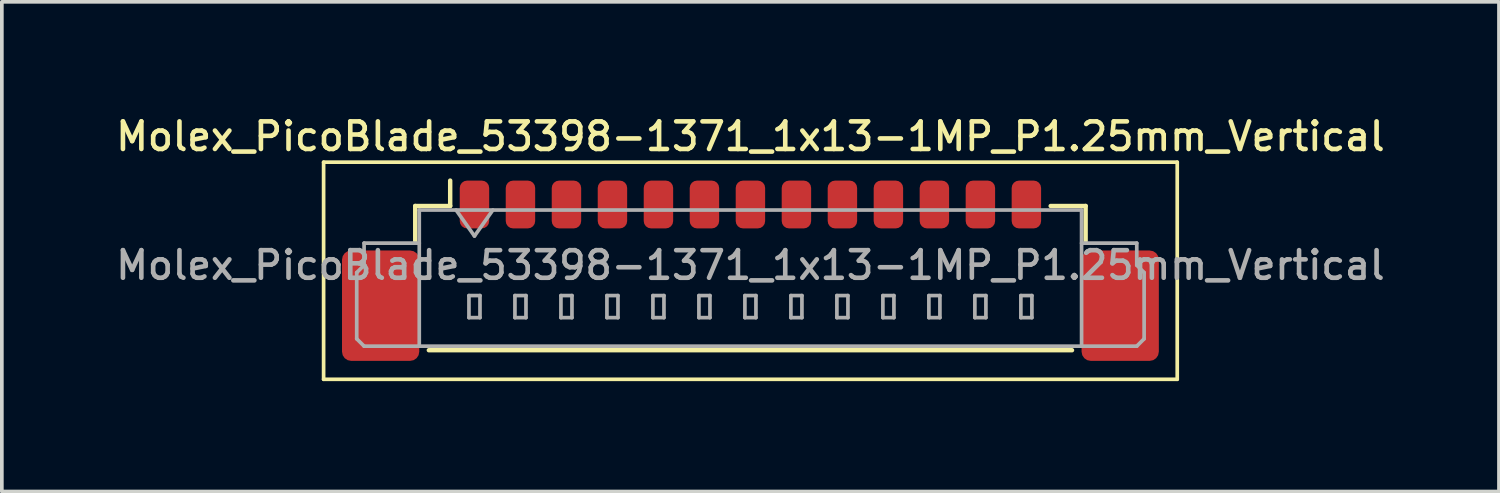
<source format=kicad_pcb>
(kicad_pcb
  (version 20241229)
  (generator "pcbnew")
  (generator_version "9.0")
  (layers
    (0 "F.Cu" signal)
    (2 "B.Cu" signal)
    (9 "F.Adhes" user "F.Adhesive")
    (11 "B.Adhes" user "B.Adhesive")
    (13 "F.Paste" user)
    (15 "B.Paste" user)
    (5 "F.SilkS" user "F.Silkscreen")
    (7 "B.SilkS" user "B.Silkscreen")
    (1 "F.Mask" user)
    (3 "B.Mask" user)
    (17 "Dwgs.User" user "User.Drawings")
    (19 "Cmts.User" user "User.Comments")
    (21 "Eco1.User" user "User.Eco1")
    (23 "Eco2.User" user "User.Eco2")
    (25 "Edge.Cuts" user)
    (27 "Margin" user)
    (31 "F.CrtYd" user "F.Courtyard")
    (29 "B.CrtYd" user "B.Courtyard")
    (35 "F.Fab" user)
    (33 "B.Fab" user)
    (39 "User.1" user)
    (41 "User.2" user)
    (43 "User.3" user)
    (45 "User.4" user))
  (footprint "Molex_PicoBlade_53398-1371_1x13-1MP_P1.25mm_Vertical"
    (layer "F.Cu")
    (at 17.345 3.758)
    (property "Reference" "Molex_PicoBlade_53398-1371_1x13-1MP_P1.25mm_Vertical" (at 0 -3.1 0) (layer "F.SilkS") (effects (font (size 0.75 0.75) (thickness 0.125))))
    (attr smd)
    (fp_line (start -11.6 -2.4) (end -11.6 3.5) (stroke (width 0.1) (type solid)) (layer "F.SilkS"))
    (fp_line (start -11.6 3.5) (end 11.6 3.5) (stroke (width 0.1) (type solid)) (layer "F.SilkS"))
    (fp_line (start -9.11 -1.21) (end -8.16 -1.21) (stroke (width 0.12) (type solid)) (layer "F.SilkS"))
    (fp_line (start -9.11 -0.26) (end -9.11 -1.21) (stroke (width 0.12) (type solid)) (layer "F.SilkS"))
    (fp_line (start -8.74 2.71) (end 8.74 2.71) (stroke (width 0.12) (type solid)) (layer "F.SilkS"))
    (fp_line (start -8.16 -1.21) (end -8.16 -1.9) (stroke (width 0.12) (type solid)) (layer "F.SilkS"))
    (fp_line (start 9.11 -1.21) (end 8.16 -1.21) (stroke (width 0.12) (type solid)) (layer "F.SilkS"))
    (fp_line (start 9.11 -0.26) (end 9.11 -1.21) (stroke (width 0.12) (type solid)) (layer "F.SilkS"))
    (fp_line (start 11.6 -2.4) (end -11.6 -2.4) (stroke (width 0.1) (type solid)) (layer "F.SilkS"))
    (fp_line (start 11.6 3.5) (end 11.6 -2.4) (stroke (width 0.1) (type solid)) (layer "F.SilkS"))
    (fp_line (start -10.7 0.6) (end -10.5 0.4) (stroke (width 0.1) (type solid)) (layer "F.Fab"))
    (fp_line (start -10.7 2.4) (end -10.7 0.6) (stroke (width 0.1) (type solid)) (layer "F.Fab"))
    (fp_line (start -10.5 -0.2) (end -9 -0.2) (stroke (width 0.1) (type solid)) (layer "F.Fab"))
    (fp_line (start -10.5 0.4) (end -10.5 -0.2) (stroke (width 0.1) (type solid)) (layer "F.Fab"))
    (fp_line (start -10.5 2.6) (end -10.7 2.4) (stroke (width 0.1) (type solid)) (layer "F.Fab"))
    (fp_line (start -9 -1.1) (end -9 2.6) (stroke (width 0.1) (type solid)) (layer "F.Fab"))
    (fp_line (start -9 -1.1) (end 9 -1.1) (stroke (width 0.1) (type solid)) (layer "F.Fab"))
    (fp_line (start -9 2.6) (end -10.5 2.6) (stroke (width 0.1) (type solid)) (layer "F.Fab"))
    (fp_line (start -9 2.6) (end 9 2.6) (stroke (width 0.1) (type solid)) (layer "F.Fab"))
    (fp_line (start -8 -1.1) (end -7.5 -0.393) (stroke (width 0.1) (type solid)) (layer "F.Fab"))
    (fp_line (start -7.65 1.225) (end -7.65 1.825) (stroke (width 0.1) (type solid)) (layer "F.Fab"))
    (fp_line (start -7.65 1.825) (end -7.35 1.825) (stroke (width 0.1) (type solid)) (layer "F.Fab"))
    (fp_line (start -7.5 -0.393) (end -7 -1.1) (stroke (width 0.1) (type solid)) (layer "F.Fab"))
    (fp_line (start -7.35 1.225) (end -7.65 1.225) (stroke (width 0.1) (type solid)) (layer "F.Fab"))
    (fp_line (start -7.35 1.825) (end -7.35 1.225) (stroke (width 0.1) (type solid)) (layer "F.Fab"))
    (fp_line (start -6.4 1.225) (end -6.4 1.825) (stroke (width 0.1) (type solid)) (layer "F.Fab"))
    (fp_line (start -6.4 1.825) (end -6.1 1.825) (stroke (width 0.1) (type solid)) (layer "F.Fab"))
    (fp_line (start -6.1 1.225) (end -6.4 1.225) (stroke (width 0.1) (type solid)) (layer "F.Fab"))
    (fp_line (start -6.1 1.825) (end -6.1 1.225) (stroke (width 0.1) (type solid)) (layer "F.Fab"))
    (fp_line (start -5.15 1.225) (end -5.15 1.825) (stroke (width 0.1) (type solid)) (layer "F.Fab"))
    (fp_line (start -5.15 1.825) (end -4.85 1.825) (stroke (width 0.1) (type solid)) (layer "F.Fab"))
    (fp_line (start -4.85 1.225) (end -5.15 1.225) (stroke (width 0.1) (type solid)) (layer "F.Fab"))
    (fp_line (start -4.85 1.825) (end -4.85 1.225) (stroke (width 0.1) (type solid)) (layer "F.Fab"))
    (fp_line (start -3.9 1.225) (end -3.9 1.825) (stroke (width 0.1) (type solid)) (layer "F.Fab"))
    (fp_line (start -3.9 1.825) (end -3.6 1.825) (stroke (width 0.1) (type solid)) (layer "F.Fab"))
    (fp_line (start -3.6 1.225) (end -3.9 1.225) (stroke (width 0.1) (type solid)) (layer "F.Fab"))
    (fp_line (start -3.6 1.825) (end -3.6 1.225) (stroke (width 0.1) (type solid)) (layer "F.Fab"))
    (fp_line (start -2.65 1.225) (end -2.65 1.825) (stroke (width 0.1) (type solid)) (layer "F.Fab"))
    (fp_line (start -2.65 1.825) (end -2.35 1.825) (stroke (width 0.1) (type solid)) (layer "F.Fab"))
    (fp_line (start -2.35 1.225) (end -2.65 1.225) (stroke (width 0.1) (type solid)) (layer "F.Fab"))
    (fp_line (start -2.35 1.825) (end -2.35 1.225) (stroke (width 0.1) (type solid)) (layer "F.Fab"))
    (fp_line (start -1.4 1.225) (end -1.4 1.825) (stroke (width 0.1) (type solid)) (layer "F.Fab"))
    (fp_line (start -1.4 1.825) (end -1.1 1.825) (stroke (width 0.1) (type solid)) (layer "F.Fab"))
    (fp_line (start -1.1 1.225) (end -1.4 1.225) (stroke (width 0.1) (type solid)) (layer "F.Fab"))
    (fp_line (start -1.1 1.825) (end -1.1 1.225) (stroke (width 0.1) (type solid)) (layer "F.Fab"))
    (fp_line (start -0.15 1.225) (end -0.15 1.825) (stroke (width 0.1) (type solid)) (layer "F.Fab"))
    (fp_line (start -0.15 1.825) (end 0.15 1.825) (stroke (width 0.1) (type solid)) (layer "F.Fab"))
    (fp_line (start 0.15 1.225) (end -0.15 1.225) (stroke (width 0.1) (type solid)) (layer "F.Fab"))
    (fp_line (start 0.15 1.825) (end 0.15 1.225) (stroke (width 0.1) (type solid)) (layer "F.Fab"))
    (fp_line (start 1.1 1.225) (end 1.1 1.825) (stroke (width 0.1) (type solid)) (layer "F.Fab"))
    (fp_line (start 1.1 1.825) (end 1.4 1.825) (stroke (width 0.1) (type solid)) (layer "F.Fab"))
    (fp_line (start 1.4 1.225) (end 1.1 1.225) (stroke (width 0.1) (type solid)) (layer "F.Fab"))
    (fp_line (start 1.4 1.825) (end 1.4 1.225) (stroke (width 0.1) (type solid)) (layer "F.Fab"))
    (fp_line (start 2.35 1.225) (end 2.35 1.825) (stroke (width 0.1) (type solid)) (layer "F.Fab"))
    (fp_line (start 2.35 1.825) (end 2.65 1.825) (stroke (width 0.1) (type solid)) (layer "F.Fab"))
    (fp_line (start 2.65 1.225) (end 2.35 1.225) (stroke (width 0.1) (type solid)) (layer "F.Fab"))
    (fp_line (start 2.65 1.825) (end 2.65 1.225) (stroke (width 0.1) (type solid)) (layer "F.Fab"))
    (fp_line (start 3.6 1.225) (end 3.6 1.825) (stroke (width 0.1) (type solid)) (layer "F.Fab"))
    (fp_line (start 3.6 1.825) (end 3.9 1.825) (stroke (width 0.1) (type solid)) (layer "F.Fab"))
    (fp_line (start 3.9 1.225) (end 3.6 1.225) (stroke (width 0.1) (type solid)) (layer "F.Fab"))
    (fp_line (start 3.9 1.825) (end 3.9 1.225) (stroke (width 0.1) (type solid)) (layer "F.Fab"))
    (fp_line (start 4.85 1.225) (end 4.85 1.825) (stroke (width 0.1) (type solid)) (layer "F.Fab"))
    (fp_line (start 4.85 1.825) (end 5.15 1.825) (stroke (width 0.1) (type solid)) (layer "F.Fab"))
    (fp_line (start 5.15 1.225) (end 4.85 1.225) (stroke (width 0.1) (type solid)) (layer "F.Fab"))
    (fp_line (start 5.15 1.825) (end 5.15 1.225) (stroke (width 0.1) (type solid)) (layer "F.Fab"))
    (fp_line (start 6.1 1.225) (end 6.1 1.825) (stroke (width 0.1) (type solid)) (layer "F.Fab"))
    (fp_line (start 6.1 1.825) (end 6.4 1.825) (stroke (width 0.1) (type solid)) (layer "F.Fab"))
    (fp_line (start 6.4 1.225) (end 6.1 1.225) (stroke (width 0.1) (type solid)) (layer "F.Fab"))
    (fp_line (start 6.4 1.825) (end 6.4 1.225) (stroke (width 0.1) (type solid)) (layer "F.Fab"))
    (fp_line (start 7.35 1.225) (end 7.35 1.825) (stroke (width 0.1) (type solid)) (layer "F.Fab"))
    (fp_line (start 7.35 1.825) (end 7.65 1.825) (stroke (width 0.1) (type solid)) (layer "F.Fab"))
    (fp_line (start 7.65 1.225) (end 7.35 1.225) (stroke (width 0.1) (type solid)) (layer "F.Fab"))
    (fp_line (start 7.65 1.825) (end 7.65 1.225) (stroke (width 0.1) (type solid)) (layer "F.Fab"))
    (fp_line (start 9 -1.1) (end 9 2.6) (stroke (width 0.1) (type solid)) (layer "F.Fab"))
    (fp_line (start 9 2.6) (end 10.5 2.6) (stroke (width 0.1) (type solid)) (layer "F.Fab"))
    (fp_line (start 10.5 -0.2) (end 9 -0.2) (stroke (width 0.1) (type solid)) (layer "F.Fab"))
    (fp_line (start 10.5 0.4) (end 10.5 -0.2) (stroke (width 0.1) (type solid)) (layer "F.Fab"))
    (fp_line (start 10.5 2.6) (end 10.7 2.4) (stroke (width 0.1) (type solid)) (layer "F.Fab"))
    (fp_line (start 10.7 0.6) (end 10.5 0.4) (stroke (width 0.1) (type solid)) (layer "F.Fab"))
    (fp_line (start 10.7 2.4) (end 10.7 0.6) (stroke (width 0.1) (type solid)) (layer "F.Fab"))
    (fp_text user "${REFERENCE}" (at 0 0.4 0) (layer "F.Fab") (effects (font (size 0.75 0.75) (thickness 0.125))))
    (pad "1" smd roundrect (at -7.5 -1.25) (size 0.8 1.3) (layers "F.Cu" "F.Mask" "F.Paste") (roundrect_rratio 0.25))
    (pad "2" smd roundrect (at -6.25 -1.25) (size 0.8 1.3) (layers "F.Cu" "F.Mask" "F.Paste") (roundrect_rratio 0.25))
    (pad "3" smd roundrect (at -5 -1.25) (size 0.8 1.3) (layers "F.Cu" "F.Mask" "F.Paste") (roundrect_rratio 0.25))
    (pad "4" smd roundrect (at -3.75 -1.25) (size 0.8 1.3) (layers "F.Cu" "F.Mask" "F.Paste") (roundrect_rratio 0.25))
    (pad "5" smd roundrect (at -2.5 -1.25) (size 0.8 1.3) (layers "F.Cu" "F.Mask" "F.Paste") (roundrect_rratio 0.25))
    (pad "6" smd roundrect (at -1.25 -1.25) (size 0.8 1.3) (layers "F.Cu" "F.Mask" "F.Paste") (roundrect_rratio 0.25))
    (pad "7" smd roundrect (at 0 -1.25) (size 0.8 1.3) (layers "F.Cu" "F.Mask" "F.Paste") (roundrect_rratio 0.25))
    (pad "8" smd roundrect (at 1.25 -1.25) (size 0.8 1.3) (layers "F.Cu" "F.Mask" "F.Paste") (roundrect_rratio 0.25))
    (pad "9" smd roundrect (at 2.5 -1.25) (size 0.8 1.3) (layers "F.Cu" "F.Mask" "F.Paste") (roundrect_rratio 0.25))
    (pad "10" smd roundrect (at 3.75 -1.25) (size 0.8 1.3) (layers "F.Cu" "F.Mask" "F.Paste") (roundrect_rratio 0.25))
    (pad "11" smd roundrect (at 5 -1.25) (size 0.8 1.3) (layers "F.Cu" "F.Mask" "F.Paste") (roundrect_rratio 0.25))
    (pad "12" smd roundrect (at 6.25 -1.25) (size 0.8 1.3) (layers "F.Cu" "F.Mask" "F.Paste") (roundrect_rratio 0.25))
    (pad "13" smd roundrect (at 7.5 -1.25) (size 0.8 1.3) (layers "F.Cu" "F.Mask" "F.Paste") (roundrect_rratio 0.25))
    (pad "MP" smd roundrect (at -10.05 1.5) (size 2.1 3) (layers "F.Cu" "F.Mask" "F.Paste") (roundrect_rratio 0.119))
    (pad "MP" smd roundrect (at 10.05 1.5) (size 2.1 3) (layers "F.Cu" "F.Mask" "F.Paste") (roundrect_rratio 0.119)))
  (gr_rect
    (start -3 -3)
    (end 37.689 10.308)
    (stroke (width 0.1) (type default))
    (fill no)
    (layer "Edge.Cuts")))
</source>
